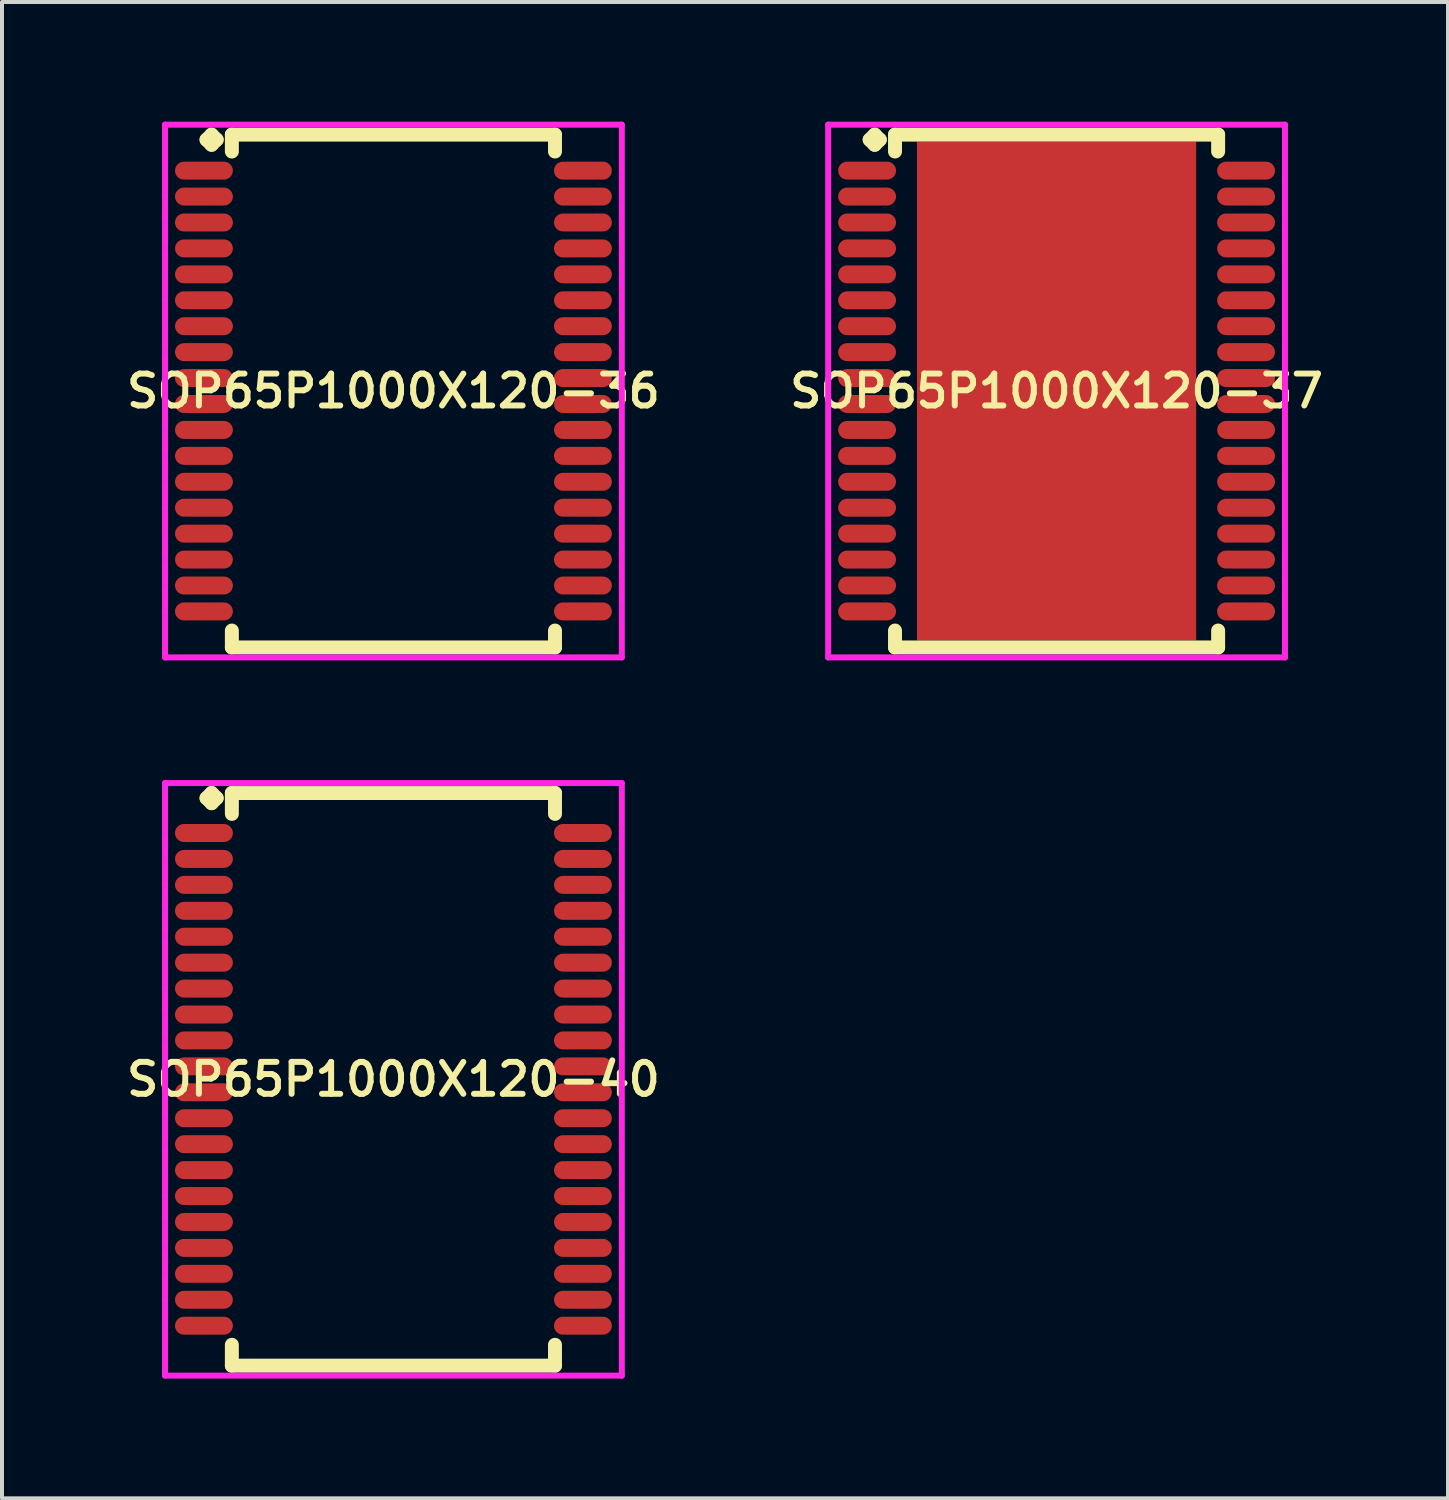
<source format=kicad_pcb>
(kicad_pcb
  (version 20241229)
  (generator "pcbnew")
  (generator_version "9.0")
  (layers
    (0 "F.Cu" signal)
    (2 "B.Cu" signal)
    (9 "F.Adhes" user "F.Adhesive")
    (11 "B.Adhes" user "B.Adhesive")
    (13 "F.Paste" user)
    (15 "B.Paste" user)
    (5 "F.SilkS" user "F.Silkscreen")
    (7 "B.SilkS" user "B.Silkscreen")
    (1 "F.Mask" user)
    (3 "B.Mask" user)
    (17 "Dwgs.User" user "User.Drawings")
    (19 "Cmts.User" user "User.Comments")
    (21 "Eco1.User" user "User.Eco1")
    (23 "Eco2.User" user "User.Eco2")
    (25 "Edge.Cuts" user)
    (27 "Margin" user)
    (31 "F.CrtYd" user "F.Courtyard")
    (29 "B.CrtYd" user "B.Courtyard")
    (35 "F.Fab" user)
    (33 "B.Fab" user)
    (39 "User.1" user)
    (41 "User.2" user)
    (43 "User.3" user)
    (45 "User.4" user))
  (footprint "SOP65P1000X120-37"
    (layer "F.Cu")
    (at 23.435 6.752)
    (property "Reference" "SOP65P1000X120-37" (at 0 0 0) (layer "F.SilkS") (effects (font (size 0.8 0.8) (thickness 0.15))))
    (attr through_hole)
    (fp_line (start -4.685 -6.3) (end -4.558 -6.427) (stroke (width 0.35) (type solid)) (layer "F.SilkS"))
    (fp_line (start -4.558 -6.427) (end -4.431 -6.3) (stroke (width 0.35) (type solid)) (layer "F.SilkS"))
    (fp_line (start -4.558 -6.173) (end -4.685 -6.3) (stroke (width 0.35) (type solid)) (layer "F.SilkS"))
    (fp_line (start -4.431 -6.3) (end -4.558 -6.173) (stroke (width 0.35) (type solid)) (layer "F.SilkS"))
    (fp_line (start -4.05 -6.427) (end 4.05 -6.427) (stroke (width 0.35) (type solid)) (layer "F.SilkS"))
    (fp_line (start -4.05 -6.004) (end -4.05 -6.427) (stroke (width 0.35) (type solid)) (layer "F.SilkS"))
    (fp_line (start -4.05 6.004) (end -4.05 6.427) (stroke (width 0.35) (type solid)) (layer "F.SilkS"))
    (fp_line (start -4.05 6.427) (end 4.05 6.427) (stroke (width 0.35) (type solid)) (layer "F.SilkS"))
    (fp_line (start 4.05 -6.427) (end 4.05 -6.004) (stroke (width 0.35) (type solid)) (layer "F.SilkS"))
    (fp_line (start 4.05 6.427) (end 4.05 6.004) (stroke (width 0.35) (type solid)) (layer "F.SilkS"))
    (fp_line (start -5.725 -6.677) (end 5.725 -6.677) (stroke (width 0.15) (type solid)) (layer "F.CrtYd"))
    (fp_line (start -5.725 6.677) (end -5.725 -6.677) (stroke (width 0.15) (type solid)) (layer "F.CrtYd"))
    (fp_line (start 5.725 -6.677) (end 5.725 6.677) (stroke (width 0.15) (type solid)) (layer "F.CrtYd"))
    (fp_line (start 5.725 6.677) (end -5.725 6.677) (stroke (width 0.15) (type solid)) (layer "F.CrtYd"))
    (pad "1" smd oval (at -4.75 -5.525) (size 1.45 0.45) (layers "F.Cu" "F.Mask" "F.Paste"))
    (pad "2" smd oval (at -4.75 -4.875) (size 1.45 0.45) (layers "F.Cu" "F.Mask" "F.Paste"))
    (pad "3" smd oval (at -4.75 -4.225) (size 1.45 0.45) (layers "F.Cu" "F.Mask" "F.Paste"))
    (pad "4" smd oval (at -4.75 -3.575) (size 1.45 0.45) (layers "F.Cu" "F.Mask" "F.Paste"))
    (pad "5" smd oval (at -4.75 -2.925) (size 1.45 0.45) (layers "F.Cu" "F.Mask" "F.Paste"))
    (pad "6" smd oval (at -4.75 -2.275) (size 1.45 0.45) (layers "F.Cu" "F.Mask" "F.Paste"))
    (pad "7" smd oval (at -4.75 -1.625) (size 1.45 0.45) (layers "F.Cu" "F.Mask" "F.Paste"))
    (pad "8" smd oval (at -4.75 -0.975) (size 1.45 0.45) (layers "F.Cu" "F.Mask" "F.Paste"))
    (pad "9" smd oval (at -4.75 -0.325) (size 1.45 0.45) (layers "F.Cu" "F.Mask" "F.Paste"))
    (pad "10" smd oval (at -4.75 0.325) (size 1.45 0.45) (layers "F.Cu" "F.Mask" "F.Paste"))
    (pad "11" smd oval (at -4.75 0.975) (size 1.45 0.45) (layers "F.Cu" "F.Mask" "F.Paste"))
    (pad "12" smd oval (at -4.75 1.625) (size 1.45 0.45) (layers "F.Cu" "F.Mask" "F.Paste"))
    (pad "13" smd oval (at -4.75 2.275) (size 1.45 0.45) (layers "F.Cu" "F.Mask" "F.Paste"))
    (pad "14" smd oval (at -4.75 2.925) (size 1.45 0.45) (layers "F.Cu" "F.Mask" "F.Paste"))
    (pad "15" smd oval (at -4.75 3.575) (size 1.45 0.45) (layers "F.Cu" "F.Mask" "F.Paste"))
    (pad "16" smd oval (at -4.75 4.225) (size 1.45 0.45) (layers "F.Cu" "F.Mask" "F.Paste"))
    (pad "17" smd oval (at -4.75 4.875) (size 1.45 0.45) (layers "F.Cu" "F.Mask" "F.Paste"))
    (pad "18" smd oval (at -4.75 5.525) (size 1.45 0.45) (layers "F.Cu" "F.Mask" "F.Paste"))
    (pad "19" smd oval (at 4.75 5.525) (size 1.45 0.45) (layers "F.Cu" "F.Mask" "F.Paste"))
    (pad "20" smd oval (at 4.75 4.875) (size 1.45 0.45) (layers "F.Cu" "F.Mask" "F.Paste"))
    (pad "21" smd oval (at 4.75 4.225) (size 1.45 0.45) (layers "F.Cu" "F.Mask" "F.Paste"))
    (pad "22" smd oval (at 4.75 3.575) (size 1.45 0.45) (layers "F.Cu" "F.Mask" "F.Paste"))
    (pad "23" smd oval (at 4.75 2.925) (size 1.45 0.45) (layers "F.Cu" "F.Mask" "F.Paste"))
    (pad "24" smd oval (at 4.75 2.275) (size 1.45 0.45) (layers "F.Cu" "F.Mask" "F.Paste"))
    (pad "25" smd oval (at 4.75 1.625) (size 1.45 0.45) (layers "F.Cu" "F.Mask" "F.Paste"))
    (pad "26" smd oval (at 4.75 0.975) (size 1.45 0.45) (layers "F.Cu" "F.Mask" "F.Paste"))
    (pad "27" smd oval (at 4.75 0.325) (size 1.45 0.45) (layers "F.Cu" "F.Mask" "F.Paste"))
    (pad "28" smd oval (at 4.75 -0.325) (size 1.45 0.45) (layers "F.Cu" "F.Mask" "F.Paste"))
    (pad "29" smd oval (at 4.75 -0.975) (size 1.45 0.45) (layers "F.Cu" "F.Mask" "F.Paste"))
    (pad "30" smd oval (at 4.75 -1.625) (size 1.45 0.45) (layers "F.Cu" "F.Mask" "F.Paste"))
    (pad "31" smd oval (at 4.75 -2.275) (size 1.45 0.45) (layers "F.Cu" "F.Mask" "F.Paste"))
    (pad "32" smd oval (at 4.75 -2.925) (size 1.45 0.45) (layers "F.Cu" "F.Mask" "F.Paste"))
    (pad "33" smd oval (at 4.75 -3.575) (size 1.45 0.45) (layers "F.Cu" "F.Mask" "F.Paste"))
    (pad "34" smd oval (at 4.75 -4.225) (size 1.45 0.45) (layers "F.Cu" "F.Mask" "F.Paste"))
    (pad "35" smd oval (at 4.75 -4.875) (size 1.45 0.45) (layers "F.Cu" "F.Mask" "F.Paste"))
    (pad "36" smd oval (at 4.75 -5.525) (size 1.45 0.45) (layers "F.Cu" "F.Mask" "F.Paste"))
    (pad "37" smd rect (at 0 0) (size 7 12.5) (layers "F.Cu" "F.Mask" "F.Paste")))
  (footprint "SOP65P1000X120-36"
    (layer "F.Cu")
    (at 6.812 6.752)
    (property "Reference" "SOP65P1000X120-36" (at 0 0 0) (layer "F.SilkS") (effects (font (size 0.8 0.8) (thickness 0.15))))
    (attr through_hole)
    (fp_line (start -4.685 -6.3) (end -4.558 -6.427) (stroke (width 0.35) (type solid)) (layer "F.SilkS"))
    (fp_line (start -4.558 -6.427) (end -4.431 -6.3) (stroke (width 0.35) (type solid)) (layer "F.SilkS"))
    (fp_line (start -4.558 -6.173) (end -4.685 -6.3) (stroke (width 0.35) (type solid)) (layer "F.SilkS"))
    (fp_line (start -4.431 -6.3) (end -4.558 -6.173) (stroke (width 0.35) (type solid)) (layer "F.SilkS"))
    (fp_line (start -4.05 -6.427) (end 4.05 -6.427) (stroke (width 0.35) (type solid)) (layer "F.SilkS"))
    (fp_line (start -4.05 -6.004) (end -4.05 -6.427) (stroke (width 0.35) (type solid)) (layer "F.SilkS"))
    (fp_line (start -4.05 6.004) (end -4.05 6.427) (stroke (width 0.35) (type solid)) (layer "F.SilkS"))
    (fp_line (start -4.05 6.427) (end 4.05 6.427) (stroke (width 0.35) (type solid)) (layer "F.SilkS"))
    (fp_line (start 4.05 -6.427) (end 4.05 -6.004) (stroke (width 0.35) (type solid)) (layer "F.SilkS"))
    (fp_line (start 4.05 6.427) (end 4.05 6.004) (stroke (width 0.35) (type solid)) (layer "F.SilkS"))
    (fp_line (start -5.725 -6.677) (end 5.725 -6.677) (stroke (width 0.15) (type solid)) (layer "F.CrtYd"))
    (fp_line (start -5.725 6.677) (end -5.725 -6.677) (stroke (width 0.15) (type solid)) (layer "F.CrtYd"))
    (fp_line (start 5.725 -6.677) (end 5.725 6.677) (stroke (width 0.15) (type solid)) (layer "F.CrtYd"))
    (fp_line (start 5.725 6.677) (end -5.725 6.677) (stroke (width 0.15) (type solid)) (layer "F.CrtYd"))
    (pad "1" smd oval (at -4.75 -5.525) (size 1.45 0.45) (layers "F.Cu" "F.Mask" "F.Paste"))
    (pad "2" smd oval (at -4.75 -4.875) (size 1.45 0.45) (layers "F.Cu" "F.Mask" "F.Paste"))
    (pad "3" smd oval (at -4.75 -4.225) (size 1.45 0.45) (layers "F.Cu" "F.Mask" "F.Paste"))
    (pad "4" smd oval (at -4.75 -3.575) (size 1.45 0.45) (layers "F.Cu" "F.Mask" "F.Paste"))
    (pad "5" smd oval (at -4.75 -2.925) (size 1.45 0.45) (layers "F.Cu" "F.Mask" "F.Paste"))
    (pad "6" smd oval (at -4.75 -2.275) (size 1.45 0.45) (layers "F.Cu" "F.Mask" "F.Paste"))
    (pad "7" smd oval (at -4.75 -1.625) (size 1.45 0.45) (layers "F.Cu" "F.Mask" "F.Paste"))
    (pad "8" smd oval (at -4.75 -0.975) (size 1.45 0.45) (layers "F.Cu" "F.Mask" "F.Paste"))
    (pad "9" smd oval (at -4.75 -0.325) (size 1.45 0.45) (layers "F.Cu" "F.Mask" "F.Paste"))
    (pad "10" smd oval (at -4.75 0.325) (size 1.45 0.45) (layers "F.Cu" "F.Mask" "F.Paste"))
    (pad "11" smd oval (at -4.75 0.975) (size 1.45 0.45) (layers "F.Cu" "F.Mask" "F.Paste"))
    (pad "12" smd oval (at -4.75 1.625) (size 1.45 0.45) (layers "F.Cu" "F.Mask" "F.Paste"))
    (pad "13" smd oval (at -4.75 2.275) (size 1.45 0.45) (layers "F.Cu" "F.Mask" "F.Paste"))
    (pad "14" smd oval (at -4.75 2.925) (size 1.45 0.45) (layers "F.Cu" "F.Mask" "F.Paste"))
    (pad "15" smd oval (at -4.75 3.575) (size 1.45 0.45) (layers "F.Cu" "F.Mask" "F.Paste"))
    (pad "16" smd oval (at -4.75 4.225) (size 1.45 0.45) (layers "F.Cu" "F.Mask" "F.Paste"))
    (pad "17" smd oval (at -4.75 4.875) (size 1.45 0.45) (layers "F.Cu" "F.Mask" "F.Paste"))
    (pad "18" smd oval (at -4.75 5.525) (size 1.45 0.45) (layers "F.Cu" "F.Mask" "F.Paste"))
    (pad "19" smd oval (at 4.75 5.525) (size 1.45 0.45) (layers "F.Cu" "F.Mask" "F.Paste"))
    (pad "20" smd oval (at 4.75 4.875) (size 1.45 0.45) (layers "F.Cu" "F.Mask" "F.Paste"))
    (pad "21" smd oval (at 4.75 4.225) (size 1.45 0.45) (layers "F.Cu" "F.Mask" "F.Paste"))
    (pad "22" smd oval (at 4.75 3.575) (size 1.45 0.45) (layers "F.Cu" "F.Mask" "F.Paste"))
    (pad "23" smd oval (at 4.75 2.925) (size 1.45 0.45) (layers "F.Cu" "F.Mask" "F.Paste"))
    (pad "24" smd oval (at 4.75 2.275) (size 1.45 0.45) (layers "F.Cu" "F.Mask" "F.Paste"))
    (pad "25" smd oval (at 4.75 1.625) (size 1.45 0.45) (layers "F.Cu" "F.Mask" "F.Paste"))
    (pad "26" smd oval (at 4.75 0.975) (size 1.45 0.45) (layers "F.Cu" "F.Mask" "F.Paste"))
    (pad "27" smd oval (at 4.75 0.325) (size 1.45 0.45) (layers "F.Cu" "F.Mask" "F.Paste"))
    (pad "28" smd oval (at 4.75 -0.325) (size 1.45 0.45) (layers "F.Cu" "F.Mask" "F.Paste"))
    (pad "29" smd oval (at 4.75 -0.975) (size 1.45 0.45) (layers "F.Cu" "F.Mask" "F.Paste"))
    (pad "30" smd oval (at 4.75 -1.625) (size 1.45 0.45) (layers "F.Cu" "F.Mask" "F.Paste"))
    (pad "31" smd oval (at 4.75 -2.275) (size 1.45 0.45) (layers "F.Cu" "F.Mask" "F.Paste"))
    (pad "32" smd oval (at 4.75 -2.925) (size 1.45 0.45) (layers "F.Cu" "F.Mask" "F.Paste"))
    (pad "33" smd oval (at 4.75 -3.575) (size 1.45 0.45) (layers "F.Cu" "F.Mask" "F.Paste"))
    (pad "34" smd oval (at 4.75 -4.225) (size 1.45 0.45) (layers "F.Cu" "F.Mask" "F.Paste"))
    (pad "35" smd oval (at 4.75 -4.875) (size 1.45 0.45) (layers "F.Cu" "F.Mask" "F.Paste"))
    (pad "36" smd oval (at 4.75 -5.525) (size 1.45 0.45) (layers "F.Cu" "F.Mask" "F.Paste")))
  (footprint "SOP65P1000X120-40"
    (layer "F.Cu")
    (at 6.812 24.006)
    (property "Reference" "SOP65P1000X120-40" (at 0 0 0) (layer "F.SilkS") (effects (font (size 0.8 0.8) (thickness 0.15))))
    (attr smd)
    (fp_line (start -4.685 -7.05) (end -4.558 -7.177) (stroke (width 0.35) (type solid)) (layer "F.SilkS"))
    (fp_line (start -4.558 -7.177) (end -4.431 -7.05) (stroke (width 0.35) (type solid)) (layer "F.SilkS"))
    (fp_line (start -4.558 -6.923) (end -4.685 -7.05) (stroke (width 0.35) (type solid)) (layer "F.SilkS"))
    (fp_line (start -4.431 -7.05) (end -4.558 -6.923) (stroke (width 0.35) (type solid)) (layer "F.SilkS"))
    (fp_line (start -4.05 -7.177) (end 4.05 -7.177) (stroke (width 0.35) (type solid)) (layer "F.SilkS"))
    (fp_line (start -4.05 -6.654) (end -4.05 -7.177) (stroke (width 0.35) (type solid)) (layer "F.SilkS"))
    (fp_line (start -4.05 6.654) (end -4.05 7.177) (stroke (width 0.35) (type solid)) (layer "F.SilkS"))
    (fp_line (start -4.05 7.177) (end 4.05 7.177) (stroke (width 0.35) (type solid)) (layer "F.SilkS"))
    (fp_line (start 4.05 -7.177) (end 4.05 -6.654) (stroke (width 0.35) (type solid)) (layer "F.SilkS"))
    (fp_line (start 4.05 7.177) (end 4.05 6.654) (stroke (width 0.35) (type solid)) (layer "F.SilkS"))
    (fp_line (start -5.725 -7.427) (end 5.725 -7.427) (stroke (width 0.15) (type solid)) (layer "F.CrtYd"))
    (fp_line (start -5.725 7.427) (end -5.725 -7.427) (stroke (width 0.15) (type solid)) (layer "F.CrtYd"))
    (fp_line (start 5.725 -7.427) (end 5.725 7.427) (stroke (width 0.15) (type solid)) (layer "F.CrtYd"))
    (fp_line (start 5.725 7.427) (end -5.725 7.427) (stroke (width 0.15) (type solid)) (layer "F.CrtYd"))
    (pad "1" smd oval (at -4.75 -6.175) (size 1.45 0.45) (layers "F.Cu" "F.Mask" "F.Paste"))
    (pad "2" smd oval (at -4.75 -5.525) (size 1.45 0.45) (layers "F.Cu" "F.Mask" "F.Paste"))
    (pad "3" smd oval (at -4.75 -4.875) (size 1.45 0.45) (layers "F.Cu" "F.Mask" "F.Paste"))
    (pad "4" smd oval (at -4.75 -4.225) (size 1.45 0.45) (layers "F.Cu" "F.Mask" "F.Paste"))
    (pad "5" smd oval (at -4.75 -3.575) (size 1.45 0.45) (layers "F.Cu" "F.Mask" "F.Paste"))
    (pad "6" smd oval (at -4.75 -2.925) (size 1.45 0.45) (layers "F.Cu" "F.Mask" "F.Paste"))
    (pad "7" smd oval (at -4.75 -2.275) (size 1.45 0.45) (layers "F.Cu" "F.Mask" "F.Paste"))
    (pad "8" smd oval (at -4.75 -1.625) (size 1.45 0.45) (layers "F.Cu" "F.Mask" "F.Paste"))
    (pad "9" smd oval (at -4.75 -0.975) (size 1.45 0.45) (layers "F.Cu" "F.Mask" "F.Paste"))
    (pad "10" smd oval (at -4.75 -0.325) (size 1.45 0.45) (layers "F.Cu" "F.Mask" "F.Paste"))
    (pad "11" smd oval (at -4.75 0.325) (size 1.45 0.45) (layers "F.Cu" "F.Mask" "F.Paste"))
    (pad "12" smd oval (at -4.75 0.975) (size 1.45 0.45) (layers "F.Cu" "F.Mask" "F.Paste"))
    (pad "13" smd oval (at -4.75 1.625) (size 1.45 0.45) (layers "F.Cu" "F.Mask" "F.Paste"))
    (pad "14" smd oval (at -4.75 2.275) (size 1.45 0.45) (layers "F.Cu" "F.Mask" "F.Paste"))
    (pad "15" smd oval (at -4.75 2.925) (size 1.45 0.45) (layers "F.Cu" "F.Mask" "F.Paste"))
    (pad "16" smd oval (at -4.75 3.575) (size 1.45 0.45) (layers "F.Cu" "F.Mask" "F.Paste"))
    (pad "17" smd oval (at -4.75 4.225) (size 1.45 0.45) (layers "F.Cu" "F.Mask" "F.Paste"))
    (pad "18" smd oval (at -4.75 4.875) (size 1.45 0.45) (layers "F.Cu" "F.Mask" "F.Paste"))
    (pad "19" smd oval (at -4.75 5.525) (size 1.45 0.45) (layers "F.Cu" "F.Mask" "F.Paste"))
    (pad "20" smd oval (at -4.75 6.175) (size 1.45 0.45) (layers "F.Cu" "F.Mask" "F.Paste"))
    (pad "21" smd oval (at 4.75 6.175) (size 1.45 0.45) (layers "F.Cu" "F.Mask" "F.Paste"))
    (pad "22" smd oval (at 4.75 5.525) (size 1.45 0.45) (layers "F.Cu" "F.Mask" "F.Paste"))
    (pad "23" smd oval (at 4.75 4.875) (size 1.45 0.45) (layers "F.Cu" "F.Mask" "F.Paste"))
    (pad "24" smd oval (at 4.75 4.225) (size 1.45 0.45) (layers "F.Cu" "F.Mask" "F.Paste"))
    (pad "25" smd oval (at 4.75 3.575) (size 1.45 0.45) (layers "F.Cu" "F.Mask" "F.Paste"))
    (pad "26" smd oval (at 4.75 2.925) (size 1.45 0.45) (layers "F.Cu" "F.Mask" "F.Paste"))
    (pad "27" smd oval (at 4.75 2.275) (size 1.45 0.45) (layers "F.Cu" "F.Mask" "F.Paste"))
    (pad "28" smd oval (at 4.75 1.625) (size 1.45 0.45) (layers "F.Cu" "F.Mask" "F.Paste"))
    (pad "29" smd oval (at 4.75 0.975) (size 1.45 0.45) (layers "F.Cu" "F.Mask" "F.Paste"))
    (pad "30" smd oval (at 4.75 0.325) (size 1.45 0.45) (layers "F.Cu" "F.Mask" "F.Paste"))
    (pad "31" smd oval (at 4.75 -0.325) (size 1.45 0.45) (layers "F.Cu" "F.Mask" "F.Paste"))
    (pad "32" smd oval (at 4.75 -0.975) (size 1.45 0.45) (layers "F.Cu" "F.Mask" "F.Paste"))
    (pad "33" smd oval (at 4.75 -1.625) (size 1.45 0.45) (layers "F.Cu" "F.Mask" "F.Paste"))
    (pad "34" smd oval (at 4.75 -2.275) (size 1.45 0.45) (layers "F.Cu" "F.Mask" "F.Paste"))
    (pad "35" smd oval (at 4.75 -2.925) (size 1.45 0.45) (layers "F.Cu" "F.Mask" "F.Paste"))
    (pad "36" smd oval (at 4.75 -3.575) (size 1.45 0.45) (layers "F.Cu" "F.Mask" "F.Paste"))
    (pad "37" smd oval (at 4.75 -4.225) (size 1.45 0.45) (layers "F.Cu" "F.Mask" "F.Paste"))
    (pad "38" smd oval (at 4.75 -4.875) (size 1.45 0.45) (layers "F.Cu" "F.Mask" "F.Paste"))
    (pad "39" smd oval (at 4.75 -5.525) (size 1.45 0.45) (layers "F.Cu" "F.Mask" "F.Paste"))
    (pad "40" smd oval (at 4.75 -6.175) (size 1.45 0.45) (layers "F.Cu" "F.Mask" "F.Paste")))
  (gr_rect
    (start -3 -3)
    (end 33.247 34.508)
    (stroke (width 0.1) (type default))
    (fill no)
    (layer "Edge.Cuts")))
</source>
